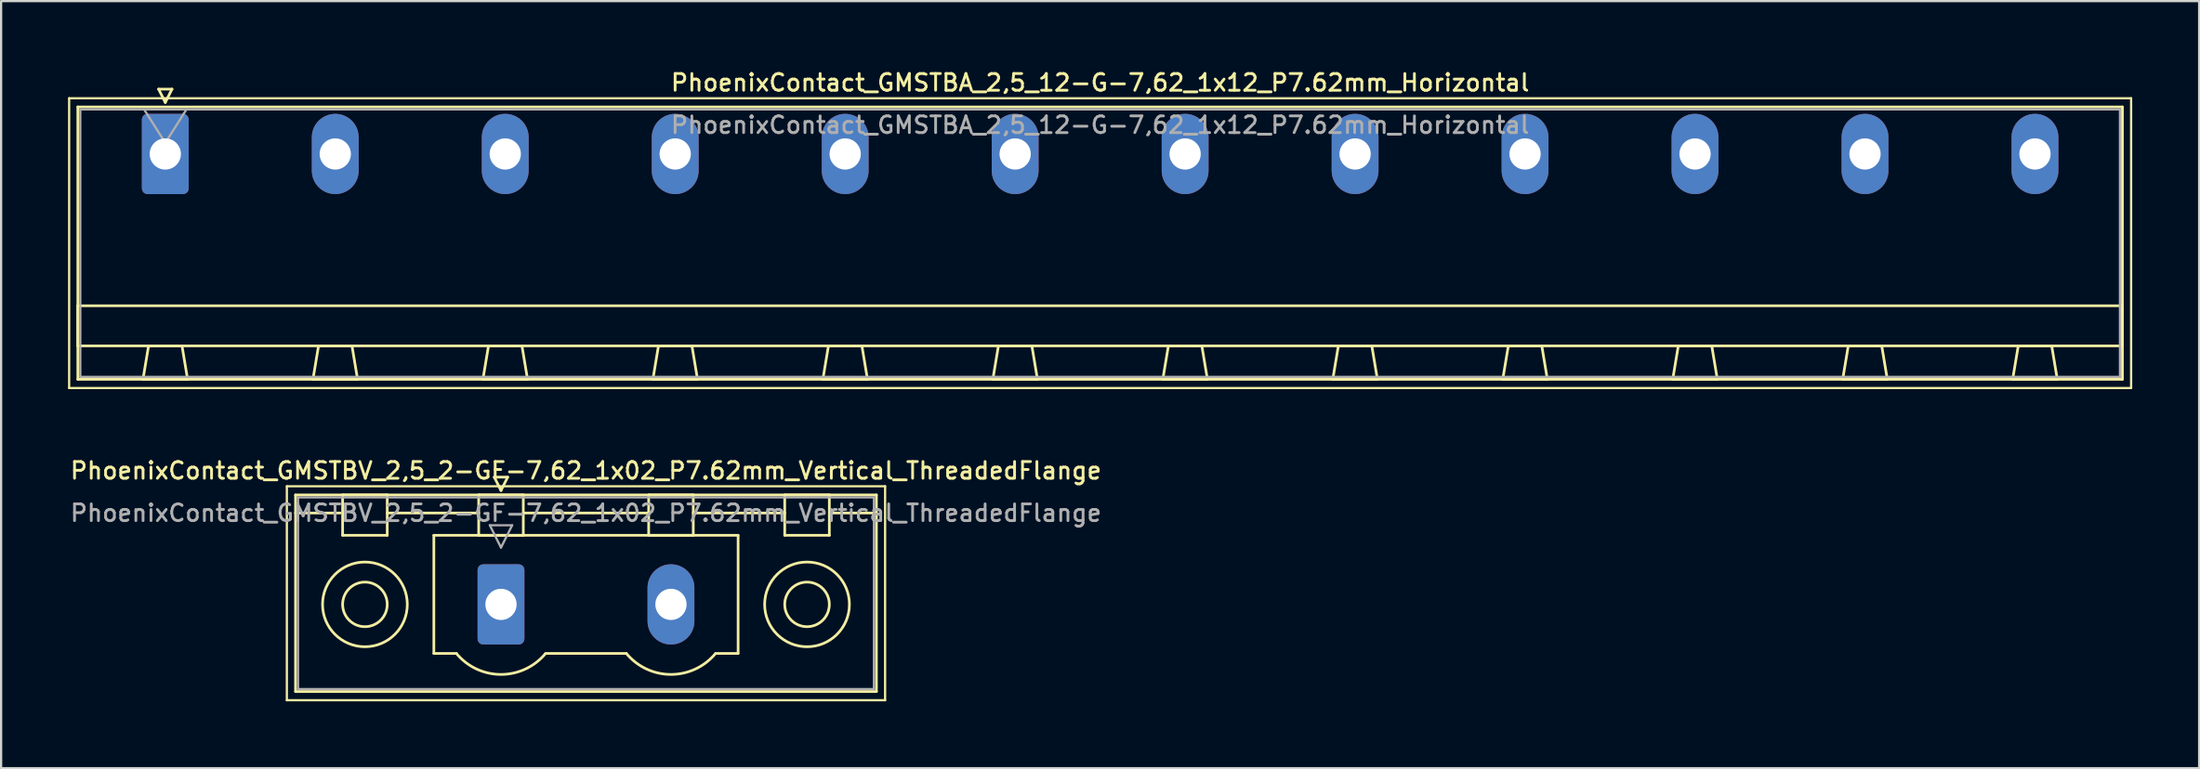
<source format=kicad_pcb>
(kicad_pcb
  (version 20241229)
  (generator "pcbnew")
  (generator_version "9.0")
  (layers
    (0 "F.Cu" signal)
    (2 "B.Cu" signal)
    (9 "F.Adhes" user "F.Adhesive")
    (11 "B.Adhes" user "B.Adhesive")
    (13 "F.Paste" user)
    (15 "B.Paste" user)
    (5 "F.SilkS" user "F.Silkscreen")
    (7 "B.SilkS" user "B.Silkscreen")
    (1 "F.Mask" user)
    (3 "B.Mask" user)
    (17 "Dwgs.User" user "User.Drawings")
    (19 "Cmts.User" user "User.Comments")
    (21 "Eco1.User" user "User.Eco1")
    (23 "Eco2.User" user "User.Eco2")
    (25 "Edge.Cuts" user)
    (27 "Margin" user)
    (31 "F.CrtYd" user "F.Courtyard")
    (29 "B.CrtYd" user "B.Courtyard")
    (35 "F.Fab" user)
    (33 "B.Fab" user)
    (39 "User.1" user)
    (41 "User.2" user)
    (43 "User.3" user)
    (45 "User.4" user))
  (footprint "PhoenixContact_GMSTBA_2,5_12-G-7,62_1x12_P7.62mm_Horizontal"
    (layer "F.Cu")
    (at 4.36 3.858)
    (property "Reference" "PhoenixContact_GMSTBA_2,5_12-G-7,62_1x12_P7.62mm_Horizontal" (at 41.91 -3.2 0) (layer "F.SilkS") (effects (font (size 0.75 0.75) (thickness 0.125))))
    (attr through_hole)
    (fp_line (start -4.31 -2.5) (end -4.31 10.5) (stroke (width 0.1) (type solid)) (layer "F.SilkS"))
    (fp_line (start -4.31 10.5) (end 88.13 10.5) (stroke (width 0.1) (type solid)) (layer "F.SilkS"))
    (fp_line (start -3.92 -2.11) (end -3.92 10.11) (stroke (width 0.12) (type solid)) (layer "F.SilkS"))
    (fp_line (start -3.92 6.81) (end 87.74 6.81) (stroke (width 0.12) (type solid)) (layer "F.SilkS"))
    (fp_line (start -3.92 8.61) (end -3.92 6.81) (stroke (width 0.12) (type solid)) (layer "F.SilkS"))
    (fp_line (start -3.92 10.11) (end 87.74 10.11) (stroke (width 0.12) (type solid)) (layer "F.SilkS"))
    (fp_line (start -1 10.11) (end 1 10.11) (stroke (width 0.12) (type solid)) (layer "F.SilkS"))
    (fp_line (start -0.75 8.61) (end -1 10.11) (stroke (width 0.12) (type solid)) (layer "F.SilkS"))
    (fp_line (start -0.3 -2.91) (end 0.3 -2.91) (stroke (width 0.12) (type solid)) (layer "F.SilkS"))
    (fp_line (start 0 -2.31) (end -0.3 -2.91) (stroke (width 0.12) (type solid)) (layer "F.SilkS"))
    (fp_line (start 0.3 -2.91) (end 0 -2.31) (stroke (width 0.12) (type solid)) (layer "F.SilkS"))
    (fp_line (start 0.75 8.61) (end -0.75 8.61) (stroke (width 0.12) (type solid)) (layer "F.SilkS"))
    (fp_line (start 1 10.11) (end 0.75 8.61) (stroke (width 0.12) (type solid)) (layer "F.SilkS"))
    (fp_line (start 6.62 10.11) (end 8.62 10.11) (stroke (width 0.12) (type solid)) (layer "F.SilkS"))
    (fp_line (start 6.87 8.61) (end 6.62 10.11) (stroke (width 0.12) (type solid)) (layer "F.SilkS"))
    (fp_line (start 8.37 8.61) (end 6.87 8.61) (stroke (width 0.12) (type solid)) (layer "F.SilkS"))
    (fp_line (start 8.62 10.11) (end 8.37 8.61) (stroke (width 0.12) (type solid)) (layer "F.SilkS"))
    (fp_line (start 14.24 10.11) (end 16.24 10.11) (stroke (width 0.12) (type solid)) (layer "F.SilkS"))
    (fp_line (start 14.49 8.61) (end 14.24 10.11) (stroke (width 0.12) (type solid)) (layer "F.SilkS"))
    (fp_line (start 15.99 8.61) (end 14.49 8.61) (stroke (width 0.12) (type solid)) (layer "F.SilkS"))
    (fp_line (start 16.24 10.11) (end 15.99 8.61) (stroke (width 0.12) (type solid)) (layer "F.SilkS"))
    (fp_line (start 21.86 10.11) (end 23.86 10.11) (stroke (width 0.12) (type solid)) (layer "F.SilkS"))
    (fp_line (start 22.11 8.61) (end 21.86 10.11) (stroke (width 0.12) (type solid)) (layer "F.SilkS"))
    (fp_line (start 23.61 8.61) (end 22.11 8.61) (stroke (width 0.12) (type solid)) (layer "F.SilkS"))
    (fp_line (start 23.86 10.11) (end 23.61 8.61) (stroke (width 0.12) (type solid)) (layer "F.SilkS"))
    (fp_line (start 29.48 10.11) (end 31.48 10.11) (stroke (width 0.12) (type solid)) (layer "F.SilkS"))
    (fp_line (start 29.73 8.61) (end 29.48 10.11) (stroke (width 0.12) (type solid)) (layer "F.SilkS"))
    (fp_line (start 31.23 8.61) (end 29.73 8.61) (stroke (width 0.12) (type solid)) (layer "F.SilkS"))
    (fp_line (start 31.48 10.11) (end 31.23 8.61) (stroke (width 0.12) (type solid)) (layer "F.SilkS"))
    (fp_line (start 37.1 10.11) (end 39.1 10.11) (stroke (width 0.12) (type solid)) (layer "F.SilkS"))
    (fp_line (start 37.35 8.61) (end 37.1 10.11) (stroke (width 0.12) (type solid)) (layer "F.SilkS"))
    (fp_line (start 38.85 8.61) (end 37.35 8.61) (stroke (width 0.12) (type solid)) (layer "F.SilkS"))
    (fp_line (start 39.1 10.11) (end 38.85 8.61) (stroke (width 0.12) (type solid)) (layer "F.SilkS"))
    (fp_line (start 44.72 10.11) (end 46.72 10.11) (stroke (width 0.12) (type solid)) (layer "F.SilkS"))
    (fp_line (start 44.97 8.61) (end 44.72 10.11) (stroke (width 0.12) (type solid)) (layer "F.SilkS"))
    (fp_line (start 46.47 8.61) (end 44.97 8.61) (stroke (width 0.12) (type solid)) (layer "F.SilkS"))
    (fp_line (start 46.72 10.11) (end 46.47 8.61) (stroke (width 0.12) (type solid)) (layer "F.SilkS"))
    (fp_line (start 52.34 10.11) (end 54.34 10.11) (stroke (width 0.12) (type solid)) (layer "F.SilkS"))
    (fp_line (start 52.59 8.61) (end 52.34 10.11) (stroke (width 0.12) (type solid)) (layer "F.SilkS"))
    (fp_line (start 54.09 8.61) (end 52.59 8.61) (stroke (width 0.12) (type solid)) (layer "F.SilkS"))
    (fp_line (start 54.34 10.11) (end 54.09 8.61) (stroke (width 0.12) (type solid)) (layer "F.SilkS"))
    (fp_line (start 59.96 10.11) (end 61.96 10.11) (stroke (width 0.12) (type solid)) (layer "F.SilkS"))
    (fp_line (start 60.21 8.61) (end 59.96 10.11) (stroke (width 0.12) (type solid)) (layer "F.SilkS"))
    (fp_line (start 61.71 8.61) (end 60.21 8.61) (stroke (width 0.12) (type solid)) (layer "F.SilkS"))
    (fp_line (start 61.96 10.11) (end 61.71 8.61) (stroke (width 0.12) (type solid)) (layer "F.SilkS"))
    (fp_line (start 67.58 10.11) (end 69.58 10.11) (stroke (width 0.12) (type solid)) (layer "F.SilkS"))
    (fp_line (start 67.83 8.61) (end 67.58 10.11) (stroke (width 0.12) (type solid)) (layer "F.SilkS"))
    (fp_line (start 69.33 8.61) (end 67.83 8.61) (stroke (width 0.12) (type solid)) (layer "F.SilkS"))
    (fp_line (start 69.58 10.11) (end 69.33 8.61) (stroke (width 0.12) (type solid)) (layer "F.SilkS"))
    (fp_line (start 75.2 10.11) (end 77.2 10.11) (stroke (width 0.12) (type solid)) (layer "F.SilkS"))
    (fp_line (start 75.45 8.61) (end 75.2 10.11) (stroke (width 0.12) (type solid)) (layer "F.SilkS"))
    (fp_line (start 76.95 8.61) (end 75.45 8.61) (stroke (width 0.12) (type solid)) (layer "F.SilkS"))
    (fp_line (start 77.2 10.11) (end 76.95 8.61) (stroke (width 0.12) (type solid)) (layer "F.SilkS"))
    (fp_line (start 82.82 10.11) (end 84.82 10.11) (stroke (width 0.12) (type solid)) (layer "F.SilkS"))
    (fp_line (start 83.07 8.61) (end 82.82 10.11) (stroke (width 0.12) (type solid)) (layer "F.SilkS"))
    (fp_line (start 84.57 8.61) (end 83.07 8.61) (stroke (width 0.12) (type solid)) (layer "F.SilkS"))
    (fp_line (start 84.82 10.11) (end 84.57 8.61) (stroke (width 0.12) (type solid)) (layer "F.SilkS"))
    (fp_line (start 87.74 -2.11) (end -3.92 -2.11) (stroke (width 0.12) (type solid)) (layer "F.SilkS"))
    (fp_line (start 87.74 6.81) (end 87.74 8.61) (stroke (width 0.12) (type solid)) (layer "F.SilkS"))
    (fp_line (start 87.74 8.61) (end -3.92 8.61) (stroke (width 0.12) (type solid)) (layer "F.SilkS"))
    (fp_line (start 87.74 10.11) (end 87.74 -2.11) (stroke (width 0.12) (type solid)) (layer "F.SilkS"))
    (fp_line (start 88.13 -2.5) (end -4.31 -2.5) (stroke (width 0.1) (type solid)) (layer "F.SilkS"))
    (fp_line (start 88.13 10.5) (end 88.13 -2.5) (stroke (width 0.1) (type solid)) (layer "F.SilkS"))
    (fp_line (start -3.81 -2) (end -3.81 10) (stroke (width 0.1) (type solid)) (layer "F.Fab"))
    (fp_line (start -3.81 10) (end 87.63 10) (stroke (width 0.1) (type solid)) (layer "F.Fab"))
    (fp_line (start 0 -0.5) (end -0.95 -2) (stroke (width 0.1) (type solid)) (layer "F.Fab"))
    (fp_line (start 0.95 -2) (end 0 -0.5) (stroke (width 0.1) (type solid)) (layer "F.Fab"))
    (fp_line (start 87.63 -2) (end -3.81 -2) (stroke (width 0.1) (type solid)) (layer "F.Fab"))
    (fp_line (start 87.63 10) (end 87.63 -2) (stroke (width 0.1) (type solid)) (layer "F.Fab"))
    (fp_text user "${REFERENCE}" (at 41.91 -1.3 0) (layer "F.Fab") (effects (font (size 0.75 0.75) (thickness 0.125))))
    (pad "1" thru_hole roundrect (at 0 0) (size 2.1 3.6) (drill 1.4) (layers "*.Cu" "*.Mask") (roundrect_rratio 0.119))
    (pad "2" thru_hole oval (at 7.62 0) (size 2.1 3.6) (drill 1.4) (layers "*.Cu" "*.Mask"))
    (pad "3" thru_hole oval (at 15.24 0) (size 2.1 3.6) (drill 1.4) (layers "*.Cu" "*.Mask"))
    (pad "4" thru_hole oval (at 22.86 0) (size 2.1 3.6) (drill 1.4) (layers "*.Cu" "*.Mask"))
    (pad "5" thru_hole oval (at 30.48 0) (size 2.1 3.6) (drill 1.4) (layers "*.Cu" "*.Mask"))
    (pad "6" thru_hole oval (at 38.1 0) (size 2.1 3.6) (drill 1.4) (layers "*.Cu" "*.Mask"))
    (pad "7" thru_hole oval (at 45.72 0) (size 2.1 3.6) (drill 1.4) (layers "*.Cu" "*.Mask"))
    (pad "8" thru_hole oval (at 53.34 0) (size 2.1 3.6) (drill 1.4) (layers "*.Cu" "*.Mask"))
    (pad "9" thru_hole oval (at 60.96 0) (size 2.1 3.6) (drill 1.4) (layers "*.Cu" "*.Mask"))
    (pad "10" thru_hole oval (at 68.58 0) (size 2.1 3.6) (drill 1.4) (layers "*.Cu" "*.Mask"))
    (pad "11" thru_hole oval (at 76.2 0) (size 2.1 3.6) (drill 1.4) (layers "*.Cu" "*.Mask"))
    (pad "12" thru_hole oval (at 83.82 0) (size 2.1 3.6) (drill 1.4) (layers "*.Cu" "*.Mask")))
  (footprint "PhoenixContact_GMSTBV_2,5_2-GF-7,62_1x02_P7.62mm_Vertical_ThreadedFlange"
    (layer "F.Cu")
    (at 19.41 24.066)
    (property "Reference" "PhoenixContact_GMSTBV_2,5_2-GF-7,62_1x02_P7.62mm_Vertical_ThreadedFlange" (at 3.81 -6 0) (layer "F.SilkS") (effects (font (size 0.75 0.75) (thickness 0.125))))
    (attr through_hole)
    (fp_line (start -9.6 -5.3) (end -9.6 4.3) (stroke (width 0.1) (type solid)) (layer "F.SilkS"))
    (fp_line (start -9.6 4.3) (end 17.22 4.3) (stroke (width 0.1) (type solid)) (layer "F.SilkS"))
    (fp_line (start -9.21 -4.91) (end -9.21 3.91) (stroke (width 0.12) (type solid)) (layer "F.SilkS"))
    (fp_line (start -9.21 -4.1) (end -7.21 -4.1) (stroke (width 0.12) (type solid)) (layer "F.SilkS"))
    (fp_line (start -9.21 3.91) (end 16.83 3.91) (stroke (width 0.12) (type solid)) (layer "F.SilkS"))
    (fp_line (start -7.1 -4.91) (end -5.1 -4.91) (stroke (width 0.12) (type solid)) (layer "F.SilkS"))
    (fp_line (start -7.1 -3.1) (end -7.1 -4.91) (stroke (width 0.12) (type solid)) (layer "F.SilkS"))
    (fp_line (start -5.1 -4.91) (end -5.1 -3.1) (stroke (width 0.12) (type solid)) (layer "F.SilkS"))
    (fp_line (start -5.1 -4.1) (end -1 -4.1) (stroke (width 0.12) (type solid)) (layer "F.SilkS"))
    (fp_line (start -5.1 -3.1) (end -7.1 -3.1) (stroke (width 0.12) (type solid)) (layer "F.SilkS"))
    (fp_line (start -3.01 -3.1) (end 10.63 -3.1) (stroke (width 0.12) (type solid)) (layer "F.SilkS"))
    (fp_line (start -3.01 2.2) (end -3.01 -3.1) (stroke (width 0.12) (type solid)) (layer "F.SilkS"))
    (fp_line (start -2 2.2) (end -3.01 2.2) (stroke (width 0.12) (type solid)) (layer "F.SilkS"))
    (fp_line (start -1 -4.91) (end 1 -4.91) (stroke (width 0.12) (type solid)) (layer "F.SilkS"))
    (fp_line (start -1 -3.1) (end -1 -4.91) (stroke (width 0.12) (type solid)) (layer "F.SilkS"))
    (fp_line (start -0.3 -5.71) (end 0.3 -5.71) (stroke (width 0.12) (type solid)) (layer "F.SilkS"))
    (fp_line (start 0 -5.11) (end -0.3 -5.71) (stroke (width 0.12) (type solid)) (layer "F.SilkS"))
    (fp_line (start 0.3 -5.71) (end 0 -5.11) (stroke (width 0.12) (type solid)) (layer "F.SilkS"))
    (fp_line (start 1 -4.91) (end 1 -3.1) (stroke (width 0.12) (type solid)) (layer "F.SilkS"))
    (fp_line (start 1 -4.1) (end 6.62 -4.1) (stroke (width 0.12) (type solid)) (layer "F.SilkS"))
    (fp_line (start 1 -3.1) (end -1 -3.1) (stroke (width 0.12) (type solid)) (layer "F.SilkS"))
    (fp_line (start 2 2.2) (end 5.62 2.2) (stroke (width 0.12) (type solid)) (layer "F.SilkS"))
    (fp_line (start 6.62 -4.91) (end 8.62 -4.91) (stroke (width 0.12) (type solid)) (layer "F.SilkS"))
    (fp_line (start 6.62 -3.1) (end 6.62 -4.91) (stroke (width 0.12) (type solid)) (layer "F.SilkS"))
    (fp_line (start 8.62 -4.91) (end 8.62 -3.1) (stroke (width 0.12) (type solid)) (layer "F.SilkS"))
    (fp_line (start 8.62 -4.1) (end 12.72 -4.1) (stroke (width 0.12) (type solid)) (layer "F.SilkS"))
    (fp_line (start 8.62 -3.1) (end 6.62 -3.1) (stroke (width 0.12) (type solid)) (layer "F.SilkS"))
    (fp_line (start 10.63 -3.1) (end 10.63 2.2) (stroke (width 0.12) (type solid)) (layer "F.SilkS"))
    (fp_line (start 10.63 2.2) (end 9.62 2.2) (stroke (width 0.12) (type solid)) (layer "F.SilkS"))
    (fp_line (start 12.72 -4.91) (end 14.72 -4.91) (stroke (width 0.12) (type solid)) (layer "F.SilkS"))
    (fp_line (start 12.72 -3.1) (end 12.72 -4.91) (stroke (width 0.12) (type solid)) (layer "F.SilkS"))
    (fp_line (start 14.72 -4.91) (end 14.72 -3.1) (stroke (width 0.12) (type solid)) (layer "F.SilkS"))
    (fp_line (start 14.72 -3.1) (end 12.72 -3.1) (stroke (width 0.12) (type solid)) (layer "F.SilkS"))
    (fp_line (start 16.83 -4.91) (end -9.21 -4.91) (stroke (width 0.12) (type solid)) (layer "F.SilkS"))
    (fp_line (start 16.83 -4.1) (end 14.83 -4.1) (stroke (width 0.12) (type solid)) (layer "F.SilkS"))
    (fp_line (start 16.83 3.91) (end 16.83 -4.91) (stroke (width 0.12) (type solid)) (layer "F.SilkS"))
    (fp_line (start 17.22 -5.3) (end -9.6 -5.3) (stroke (width 0.1) (type solid)) (layer "F.SilkS"))
    (fp_line (start 17.22 4.3) (end 17.22 -5.3) (stroke (width 0.1) (type solid)) (layer "F.SilkS"))
    (fp_arc (start 1.986842 2.215821) (mid -0.010289 3.142758) (end -2 2.2) (stroke (width 0.12) (type solid)) (layer "F.SilkS"))
    (fp_arc (start 9.606842 2.215821) (mid 7.609711 3.142758) (end 5.62 2.2) (stroke (width 0.12) (type solid)) (layer "F.SilkS"))
    (fp_circle (center -6.1 0) (end -5.1 0) (stroke (width 0.12) (type solid)) (fill no) (layer "F.SilkS"))
    (fp_circle (center -6.1 0) (end -4.2 0) (stroke (width 0.12) (type solid)) (fill no) (layer "F.SilkS"))
    (fp_circle (center 13.72 0) (end 14.72 0) (stroke (width 0.12) (type solid)) (fill no) (layer "F.SilkS"))
    (fp_circle (center 13.72 0) (end 15.62 0) (stroke (width 0.12) (type solid)) (fill no) (layer "F.SilkS"))
    (fp_line (start -9.1 -4.8) (end -9.1 3.8) (stroke (width 0.1) (type solid)) (layer "F.Fab"))
    (fp_line (start -9.1 3.8) (end 16.72 3.8) (stroke (width 0.1) (type solid)) (layer "F.Fab"))
    (fp_line (start -0.5 -3.55) (end 0.5 -3.55) (stroke (width 0.1) (type solid)) (layer "F.Fab"))
    (fp_line (start 0 -2.55) (end -0.5 -3.55) (stroke (width 0.1) (type solid)) (layer "F.Fab"))
    (fp_line (start 0.5 -3.55) (end 0 -2.55) (stroke (width 0.1) (type solid)) (layer "F.Fab"))
    (fp_line (start 16.72 -4.8) (end -9.1 -4.8) (stroke (width 0.1) (type solid)) (layer "F.Fab"))
    (fp_line (start 16.72 3.8) (end 16.72 -4.8) (stroke (width 0.1) (type solid)) (layer "F.Fab"))
    (fp_text user "${REFERENCE}" (at 3.81 -4.1 0) (layer "F.Fab") (effects (font (size 0.75 0.75) (thickness 0.125))))
    (pad "1" thru_hole roundrect (at 0 0) (size 2.1 3.6) (drill 1.4) (layers "*.Cu" "*.Mask") (roundrect_rratio 0.119))
    (pad "2" thru_hole oval (at 7.62 0) (size 2.1 3.6) (drill 1.4) (layers "*.Cu" "*.Mask")))
  (gr_rect
    (start -3 -3)
    (end 95.54 31.416)
    (stroke (width 0.1) (type default))
    (fill no)
    (layer "Edge.Cuts")))
</source>
